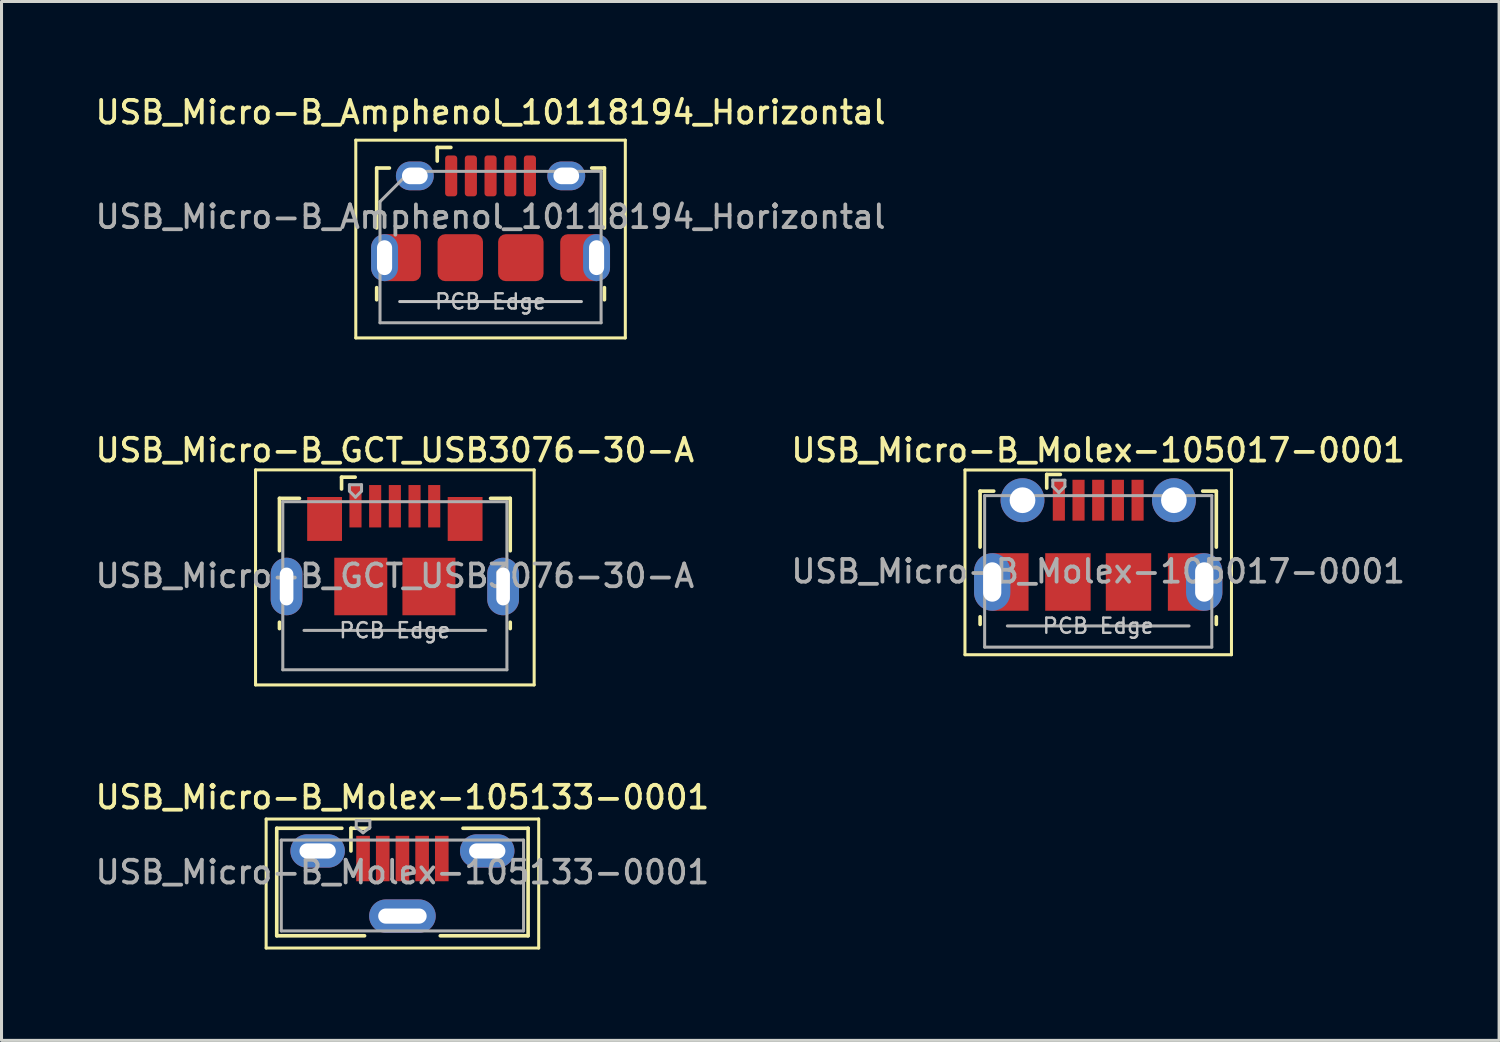
<source format=kicad_pcb>
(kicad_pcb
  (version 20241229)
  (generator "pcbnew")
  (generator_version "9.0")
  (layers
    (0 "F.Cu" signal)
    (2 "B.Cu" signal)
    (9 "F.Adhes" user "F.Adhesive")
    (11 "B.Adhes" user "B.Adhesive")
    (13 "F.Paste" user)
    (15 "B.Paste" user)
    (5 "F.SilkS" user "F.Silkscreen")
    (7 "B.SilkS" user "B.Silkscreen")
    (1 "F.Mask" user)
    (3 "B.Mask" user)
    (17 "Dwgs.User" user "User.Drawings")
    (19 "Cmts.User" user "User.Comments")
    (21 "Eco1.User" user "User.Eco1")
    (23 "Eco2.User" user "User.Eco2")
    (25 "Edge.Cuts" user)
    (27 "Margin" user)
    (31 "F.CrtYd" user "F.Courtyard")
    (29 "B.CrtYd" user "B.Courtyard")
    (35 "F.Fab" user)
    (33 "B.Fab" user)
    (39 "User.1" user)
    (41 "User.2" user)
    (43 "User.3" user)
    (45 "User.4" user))
  (footprint "USB_Micro-B_Molex-105133-0001"
    (layer "F.Cu")
    (at 10.238 26.124)
    (property "Reference" "USB_Micro-B_Molex-105133-0001" (at 0 -2.85 0) (layer "F.SilkS") (effects (font (size 0.75 0.75) (thickness 0.125))))
    (attr smd)
    (fp_line (start -4.5 -2.13) (end 4.5 -2.13) (stroke (width 0.1) (type solid)) (layer "F.SilkS"))
    (fp_line (start -4.5 2.13) (end -4.5 -2.13) (stroke (width 0.1) (type solid)) (layer "F.SilkS"))
    (fp_line (start -4.5 2.13) (end 4.5 2.13) (stroke (width 0.1) (type solid)) (layer "F.SilkS"))
    (fp_line (start -4.15 -1.825) (end -4.15 1.725) (stroke (width 0.12) (type solid)) (layer "F.SilkS"))
    (fp_line (start -4.15 1.725) (end -1.25 1.725) (stroke (width 0.12) (type solid)) (layer "F.SilkS"))
    (fp_line (start -2 -1.825) (end -4.15 -1.825) (stroke (width 0.12) (type solid)) (layer "F.SilkS"))
    (fp_line (start -1.7 -1.825) (end -1.1 -1.825) (stroke (width 0.12) (type solid)) (layer "F.SilkS"))
    (fp_line (start -1.7 -1.075) (end -1.7 -1.825) (stroke (width 0.12) (type solid)) (layer "F.SilkS"))
    (fp_line (start 2 -1.825) (end 4.15 -1.825) (stroke (width 0.12) (type solid)) (layer "F.SilkS"))
    (fp_line (start 4.15 -1.825) (end 4.15 1.725) (stroke (width 0.12) (type solid)) (layer "F.SilkS"))
    (fp_line (start 4.15 1.725) (end 1.25 1.725) (stroke (width 0.12) (type solid)) (layer "F.SilkS"))
    (fp_line (start 4.5 2.13) (end 4.5 -2.13) (stroke (width 0.1) (type solid)) (layer "F.SilkS"))
    (fp_line (start -4 1.565) (end -4 -1.435) (stroke (width 0.1) (type solid)) (layer "F.Fab"))
    (fp_line (start -4 1.565) (end 4 1.565) (stroke (width 0.1) (type solid)) (layer "F.Fab"))
    (fp_line (start -1.525 -2.075) (end -1.075 -2.075) (stroke (width 0.1) (type solid)) (layer "F.Fab"))
    (fp_line (start -1.525 -1.85) (end -1.525 -2.075) (stroke (width 0.1) (type solid)) (layer "F.Fab"))
    (fp_line (start -1.3 -1.675) (end -1.525 -1.85) (stroke (width 0.1) (type solid)) (layer "F.Fab"))
    (fp_line (start -1.3 -1.675) (end -1.075 -1.85) (stroke (width 0.1) (type solid)) (layer "F.Fab"))
    (fp_line (start -1.075 -2.075) (end -1.075 -1.85) (stroke (width 0.1) (type solid)) (layer "F.Fab"))
    (fp_line (start 4 -1.435) (end -4 -1.435) (stroke (width 0.1) (type solid)) (layer "F.Fab"))
    (fp_line (start 4 1.565) (end 4 -1.435) (stroke (width 0.1) (type solid)) (layer "F.Fab"))
    (fp_text user "${REFERENCE}" (at 0 -0.375 0) (layer "F.Fab") (effects (font (size 0.75 0.75) (thickness 0.125))))
    (pad "1" smd rect (at -1.3 -0.825) (size 0.45 1.5) (layers "F.Cu" "F.Mask" "F.Paste"))
    (pad "2" smd rect (at -0.65 -0.825) (size 0.45 1.5) (layers "F.Cu" "F.Mask" "F.Paste"))
    (pad "3" smd rect (at 0 -0.825) (size 0.45 1.5) (layers "F.Cu" "F.Mask" "F.Paste"))
    (pad "4" smd rect (at 0.65 -0.825) (size 0.45 1.5) (layers "F.Cu" "F.Mask" "F.Paste"))
    (pad "5" smd rect (at 1.3 -0.825) (size 0.45 1.5) (layers "F.Cu" "F.Mask" "F.Paste"))
    (pad "6" thru_hole oval (at -2.8 -1.075) (size 1.8 1.1) (drill oval 1.2 0.5) (layers "*.Cu" "*.Mask"))
    (pad "6" thru_hole oval (at 0 1.075) (size 2.2 1.1) (drill oval 1.6 0.5) (layers "*.Cu" "*.Mask"))
    (pad "6" thru_hole oval (at 2.8 -1.075) (size 1.8 1.1) (drill oval 1.2 0.5) (layers "*.Cu" "*.Mask")))
  (footprint "USB_Micro-B_GCT_USB3076-30-A"
    (layer "F.Cu")
    (at 9.988 15.116)
    (property "Reference" "USB_Micro-B_GCT_USB3076-30-A" (at 0 -3.3 0) (layer "F.SilkS") (effects (font (size 0.75 0.75) (thickness 0.125))))
    (attr smd)
    (fp_line (start -4.6 -2.65) (end 4.6 -2.65) (stroke (width 0.1) (type solid)) (layer "F.SilkS"))
    (fp_line (start -4.6 4.45) (end -4.6 -2.65) (stroke (width 0.1) (type solid)) (layer "F.SilkS"))
    (fp_line (start -4.6 4.45) (end 4.6 4.45) (stroke (width 0.1) (type solid)) (layer "F.SilkS"))
    (fp_line (start -3.81 -1.71) (end -3.15 -1.71) (stroke (width 0.12) (type solid)) (layer "F.SilkS"))
    (fp_line (start -3.81 0.02) (end -3.81 -1.71) (stroke (width 0.12) (type solid)) (layer "F.SilkS"))
    (fp_line (start -3.81 2.59) (end -3.81 2.38) (stroke (width 0.12) (type solid)) (layer "F.SilkS"))
    (fp_line (start -1.76 -2.41) (end -1.76 -2.02) (stroke (width 0.12) (type solid)) (layer "F.SilkS"))
    (fp_line (start -1.76 -2.41) (end -1.31 -2.41) (stroke (width 0.12) (type solid)) (layer "F.SilkS"))
    (fp_line (start 3.81 -1.71) (end 3.16 -1.71) (stroke (width 0.12) (type solid)) (layer "F.SilkS"))
    (fp_line (start 3.81 0.02) (end 3.81 -1.71) (stroke (width 0.12) (type solid)) (layer "F.SilkS"))
    (fp_line (start 3.81 2.59) (end 3.81 2.38) (stroke (width 0.12) (type solid)) (layer "F.SilkS"))
    (fp_line (start 4.6 -2.65) (end 4.6 4.45) (stroke (width 0.1) (type solid)) (layer "F.SilkS"))
    (fp_line (start -3.7 -1.6) (end 3.7 -1.6) (stroke (width 0.1) (type solid)) (layer "F.Fab"))
    (fp_line (start -3.7 3.95) (end -3.7 -1.6) (stroke (width 0.1) (type solid)) (layer "F.Fab"))
    (fp_line (start -3.7 3.95) (end 3.7 3.95) (stroke (width 0.1) (type solid)) (layer "F.Fab"))
    (fp_line (start -3 2.65) (end 3 2.65) (stroke (width 0.1) (type solid)) (layer "F.Fab"))
    (fp_line (start -1.5 -2.16) (end -1.5 -1.95) (stroke (width 0.1) (type solid)) (layer "F.Fab"))
    (fp_line (start -1.5 -2.16) (end -1.1 -2.16) (stroke (width 0.1) (type solid)) (layer "F.Fab"))
    (fp_line (start -1.3 -1.75) (end -1.5 -1.95) (stroke (width 0.1) (type solid)) (layer "F.Fab"))
    (fp_line (start -1.1 -2.16) (end -1.1 -1.95) (stroke (width 0.1) (type solid)) (layer "F.Fab"))
    (fp_line (start -1.1 -1.95) (end -1.3 -1.75) (stroke (width 0.1) (type solid)) (layer "F.Fab"))
    (fp_line (start 3.7 3.95) (end 3.7 -1.6) (stroke (width 0.1) (type solid)) (layer "F.Fab"))
    (fp_text user "PCB Edge" (at 0 2.65 0) (layer "Dwgs.User") (effects (font (size 0.5 0.5) (thickness 0.08))))
    (fp_text user "${REFERENCE}" (at 0 0.85 0) (layer "F.Fab") (effects (font (size 0.75 0.75) (thickness 0.125))))
    (pad "1" smd rect (at -1.3 -1.45) (size 0.4 1.4) (layers "F.Cu" "F.Mask" "F.Paste"))
    (pad "2" smd rect (at -0.65 -1.45) (size 0.4 1.4) (layers "F.Cu" "F.Mask" "F.Paste"))
    (pad "3" smd rect (at 0 -1.45) (size 0.4 1.4) (layers "F.Cu" "F.Mask" "F.Paste"))
    (pad "4" smd rect (at 0.65 -1.45) (size 0.4 1.4) (layers "F.Cu" "F.Mask" "F.Paste"))
    (pad "5" smd rect (at 1.3 -1.45) (size 0.4 1.4) (layers "F.Cu" "F.Mask" "F.Paste"))
    (pad "6" thru_hole oval (at -3.575 1.2 180) (size 1.05 1.9) (drill oval 0.45 1.25) (layers "*.Cu" "*.Mask"))
    (pad "6" smd rect (at -2.32 -1.03) (size 1.15 1.45) (layers "F.Cu" "F.Mask" "F.Paste"))
    (pad "6" smd rect (at -1.125 1.2) (size 1.75 1.9) (layers "F.Cu" "F.Mask" "F.Paste"))
    (pad "6" smd rect (at 1.125 1.2) (size 1.75 1.9) (layers "F.Cu" "F.Mask" "F.Paste"))
    (pad "6" smd rect (at 2.32 -1.03) (size 1.15 1.45) (layers "F.Cu" "F.Mask" "F.Paste"))
    (pad "6" thru_hole oval (at 3.575 1.2) (size 1.05 1.9) (drill oval 0.45 1.25) (layers "*.Cu" "*.Mask")))
  (footprint "USB_Micro-B_Amphenol_10118194_Horizontal"
    (layer "F.Cu")
    (at 13.148 4.158)
    (property "Reference" "USB_Micro-B_Amphenol_10118194_Horizontal" (at 0 -3.5 0) (layer "F.SilkS") (effects (font (size 0.75 0.75) (thickness 0.125))))
    (attr smd)
    (fp_line (start -4.45 -2.58) (end -4.45 3.95) (stroke (width 0.1) (type solid)) (layer "F.SilkS"))
    (fp_line (start -4.45 -2.58) (end 4.45 -2.58) (stroke (width 0.1) (type solid)) (layer "F.SilkS"))
    (fp_line (start -4.45 3.95) (end 4.45 3.95) (stroke (width 0.1) (type solid)) (layer "F.SilkS"))
    (fp_line (start -3.76 -1.66) (end -3.34 -1.66) (stroke (width 0.12) (type solid)) (layer "F.SilkS"))
    (fp_line (start -3.76 0.32) (end -3.76 -1.66) (stroke (width 0.12) (type solid)) (layer "F.SilkS"))
    (fp_line (start -3.76 2.69) (end -3.76 2.29) (stroke (width 0.12) (type solid)) (layer "F.SilkS"))
    (fp_line (start -1.76 -1.89) (end -1.76 -2.34) (stroke (width 0.12) (type solid)) (layer "F.SilkS"))
    (fp_line (start -1.31 -2.34) (end -1.76 -2.34) (stroke (width 0.12) (type solid)) (layer "F.SilkS"))
    (fp_line (start 3.76 -1.66) (end 3.34 -1.66) (stroke (width 0.12) (type solid)) (layer "F.SilkS"))
    (fp_line (start 3.76 0.32) (end 3.76 -1.66) (stroke (width 0.12) (type solid)) (layer "F.SilkS"))
    (fp_line (start 3.76 2.29) (end 3.76 2.69) (stroke (width 0.12) (type solid)) (layer "F.SilkS"))
    (fp_line (start 4.45 -2.58) (end 4.45 3.95) (stroke (width 0.1) (type solid)) (layer "F.SilkS"))
    (fp_line (start 3 2.75) (end -3 2.75) (stroke (width 0.1) (type solid)) (layer "Dwgs.User"))
    (fp_line (start -3.65 -0.55) (end -2.65 -1.55) (stroke (width 0.1) (type solid)) (layer "F.Fab"))
    (fp_line (start -3.65 3.45) (end -3.65 -0.55) (stroke (width 0.1) (type solid)) (layer "F.Fab"))
    (fp_line (start -2.65 -1.55) (end 3.65 -1.55) (stroke (width 0.1) (type solid)) (layer "F.Fab"))
    (fp_line (start 3.65 -1.55) (end 3.65 3.45) (stroke (width 0.1) (type solid)) (layer "F.Fab"))
    (fp_line (start 3.65 3.45) (end -3.65 3.45) (stroke (width 0.1) (type solid)) (layer "F.Fab"))
    (fp_text user "PCB Edge" (at 0 2.75 0) (layer "Dwgs.User") (effects (font (size 0.5 0.5) (thickness 0.08))))
    (fp_text user "${REFERENCE}" (at 0 -0.05 0) (layer "F.Fab") (effects (font (size 0.75 0.75) (thickness 0.125))))
    (pad "" smd oval (at -3.5 1.3) (size 0.89 1.55) (layers "F.Paste"))
    (pad "" smd oval (at -2.5 -1.4) (size 1.25 0.95) (layers "F.Paste"))
    (pad "" smd oval (at 2.5 -1.4) (size 1.25 0.95) (layers "F.Paste"))
    (pad "" smd oval (at 3.5 1.3) (size 0.89 1.55) (layers "F.Paste"))
    (pad "1" smd roundrect (at -1.3 -1.4) (size 0.4 1.35) (layers "F.Cu" "F.Mask" "F.Paste") (roundrect_rratio 0.25))
    (pad "2" smd roundrect (at -0.65 -1.4) (size 0.4 1.35) (layers "F.Cu" "F.Mask" "F.Paste") (roundrect_rratio 0.25))
    (pad "3" smd roundrect (at 0 -1.4) (size 0.4 1.35) (layers "F.Cu" "F.Mask" "F.Paste") (roundrect_rratio 0.25))
    (pad "4" smd roundrect (at 0.65 -1.4) (size 0.4 1.35) (layers "F.Cu" "F.Mask" "F.Paste") (roundrect_rratio 0.25))
    (pad "5" smd roundrect (at 1.3 -1.4) (size 0.4 1.35) (layers "F.Cu" "F.Mask" "F.Paste") (roundrect_rratio 0.25))
    (pad "6" thru_hole oval (at -3.5 1.3) (size 0.89 1.55) (drill oval 0.5 1.15) (layers "*.Cu" "*.Mask"))
    (pad "6" smd roundrect (at -3.025 1.3) (size 1.45 1.55) (layers "F.Cu" "F.Mask" "F.Paste") (roundrect_rratio 0.172))
    (pad "6" thru_hole oval (at -2.5 -1.4) (size 1.25 0.95) (drill oval 0.85 0.55) (layers "*.Cu" "*.Mask"))
    (pad "6" smd roundrect (at -1 1.3) (size 1.5 1.55) (layers "F.Cu" "F.Mask" "F.Paste") (roundrect_rratio 0.167))
    (pad "6" smd roundrect (at 1 1.3) (size 1.5 1.55) (layers "F.Cu" "F.Mask" "F.Paste") (roundrect_rratio 0.167))
    (pad "6" thru_hole oval (at 2.5 -1.4) (size 1.25 0.95) (drill oval 0.85 0.55) (layers "*.Cu" "*.Mask"))
    (pad "6" smd roundrect (at 3.025 1.3) (size 1.45 1.55) (layers "F.Cu" "F.Mask" "F.Paste") (roundrect_rratio 0.172))
    (pad "6" thru_hole oval (at 3.5 1.3) (size 0.89 1.55) (drill oval 0.5 1.15) (layers "*.Cu" "*.Mask")))
  (footprint "USB_Micro-B_Molex-105017-0001"
    (layer "F.Cu")
    (at 33.213 14.929)
    (property "Reference" "USB_Micro-B_Molex-105017-0001" (at 0 -3.112 0) (layer "F.SilkS") (effects (font (size 0.75 0.75) (thickness 0.125))))
    (attr smd)
    (fp_line (start -4.4 -2.46) (end 4.4 -2.46) (stroke (width 0.1) (type solid)) (layer "F.SilkS"))
    (fp_line (start -4.4 3.64) (end -4.4 -2.46) (stroke (width 0.1) (type solid)) (layer "F.SilkS"))
    (fp_line (start -4.4 3.64) (end 4.4 3.64) (stroke (width 0.1) (type solid)) (layer "F.SilkS"))
    (fp_line (start -3.9 -1.762) (end -3.45 -1.762) (stroke (width 0.12) (type solid)) (layer "F.SilkS"))
    (fp_line (start -3.9 0.087) (end -3.9 -1.762) (stroke (width 0.12) (type solid)) (layer "F.SilkS"))
    (fp_line (start -3.9 2.638) (end -3.9 2.388) (stroke (width 0.12) (type solid)) (layer "F.SilkS"))
    (fp_line (start -1.7 -2.312) (end -1.7 -1.863) (stroke (width 0.12) (type solid)) (layer "F.SilkS"))
    (fp_line (start -1.7 -2.312) (end -1.25 -2.312) (stroke (width 0.12) (type solid)) (layer "F.SilkS"))
    (fp_line (start 3.9 -1.762) (end 3.45 -1.762) (stroke (width 0.12) (type solid)) (layer "F.SilkS"))
    (fp_line (start 3.9 0.087) (end 3.9 -1.762) (stroke (width 0.12) (type solid)) (layer "F.SilkS"))
    (fp_line (start 3.9 2.638) (end 3.9 2.388) (stroke (width 0.12) (type solid)) (layer "F.SilkS"))
    (fp_line (start 4.4 -2.46) (end 4.4 3.64) (stroke (width 0.1) (type solid)) (layer "F.SilkS"))
    (fp_line (start -3.75 -1.613) (end 3.75 -1.613) (stroke (width 0.1) (type solid)) (layer "F.Fab"))
    (fp_line (start -3.75 3.388) (end -3.75 -1.613) (stroke (width 0.1) (type solid)) (layer "F.Fab"))
    (fp_line (start -3.75 3.389) (end 3.75 3.389) (stroke (width 0.1) (type solid)) (layer "F.Fab"))
    (fp_line (start -3 2.689) (end 3 2.689) (stroke (width 0.1) (type solid)) (layer "F.Fab"))
    (fp_line (start -1.5 -2.123) (end -1.5 -1.913) (stroke (width 0.1) (type solid)) (layer "F.Fab"))
    (fp_line (start -1.5 -2.123) (end -1.1 -2.123) (stroke (width 0.1) (type solid)) (layer "F.Fab"))
    (fp_line (start -1.3 -1.712) (end -1.5 -1.913) (stroke (width 0.1) (type solid)) (layer "F.Fab"))
    (fp_line (start -1.1 -2.123) (end -1.1 -1.913) (stroke (width 0.1) (type solid)) (layer "F.Fab"))
    (fp_line (start -1.1 -1.913) (end -1.3 -1.712) (stroke (width 0.1) (type solid)) (layer "F.Fab"))
    (fp_line (start 3.75 3.388) (end 3.75 -1.613) (stroke (width 0.1) (type solid)) (layer "F.Fab"))
    (fp_text user "PCB Edge" (at 0 2.688 0) (layer "Dwgs.User") (effects (font (size 0.5 0.5) (thickness 0.08))))
    (fp_text user "${REFERENCE}" (at 0 0.887 0) (layer "F.Fab") (effects (font (size 0.75 0.75) (thickness 0.125))))
    (pad "1" smd rect (at -1.3 -1.462) (size 0.4 1.35) (layers "F.Cu" "F.Mask" "F.Paste"))
    (pad "2" smd rect (at -0.65 -1.462) (size 0.4 1.35) (layers "F.Cu" "F.Mask" "F.Paste"))
    (pad "3" smd rect (at 0 -1.462) (size 0.4 1.35) (layers "F.Cu" "F.Mask" "F.Paste"))
    (pad "4" smd rect (at 0.65 -1.462) (size 0.4 1.35) (layers "F.Cu" "F.Mask" "F.Paste"))
    (pad "5" smd rect (at 1.3 -1.462) (size 0.4 1.35) (layers "F.Cu" "F.Mask" "F.Paste"))
    (pad "6" thru_hole oval (at -3.5 1.238 180) (size 1.2 1.9) (drill oval 0.6 1.3) (layers "*.Cu" "*.Mask"))
    (pad "6" smd rect (at -2.9 1.238) (size 1.2 1.9) (layers "F.Cu" "F.Mask"))
    (pad "6" thru_hole circle (at -2.5 -1.462) (size 1.45 1.45) (drill 0.85) (layers "*.Cu" "*.Mask"))
    (pad "6" smd rect (at -1 1.238) (size 1.5 1.9) (layers "F.Cu" "F.Mask" "F.Paste"))
    (pad "6" smd rect (at 1 1.238) (size 1.5 1.9) (layers "F.Cu" "F.Mask" "F.Paste"))
    (pad "6" thru_hole circle (at 2.5 -1.462) (size 1.45 1.45) (drill 0.85) (layers "*.Cu" "*.Mask"))
    (pad "6" smd rect (at 2.9 1.238) (size 1.2 1.9) (layers "F.Cu" "F.Mask"))
    (pad "6" thru_hole oval (at 3.5 1.238) (size 1.2 1.9) (drill oval 0.6 1.3) (layers "*.Cu" "*.Mask")))
  (gr_rect
    (start -3 -3)
    (end 46.45 31.304)
    (stroke (width 0.1) (type default))
    (fill no)
    (layer "Edge.Cuts")))
</source>
